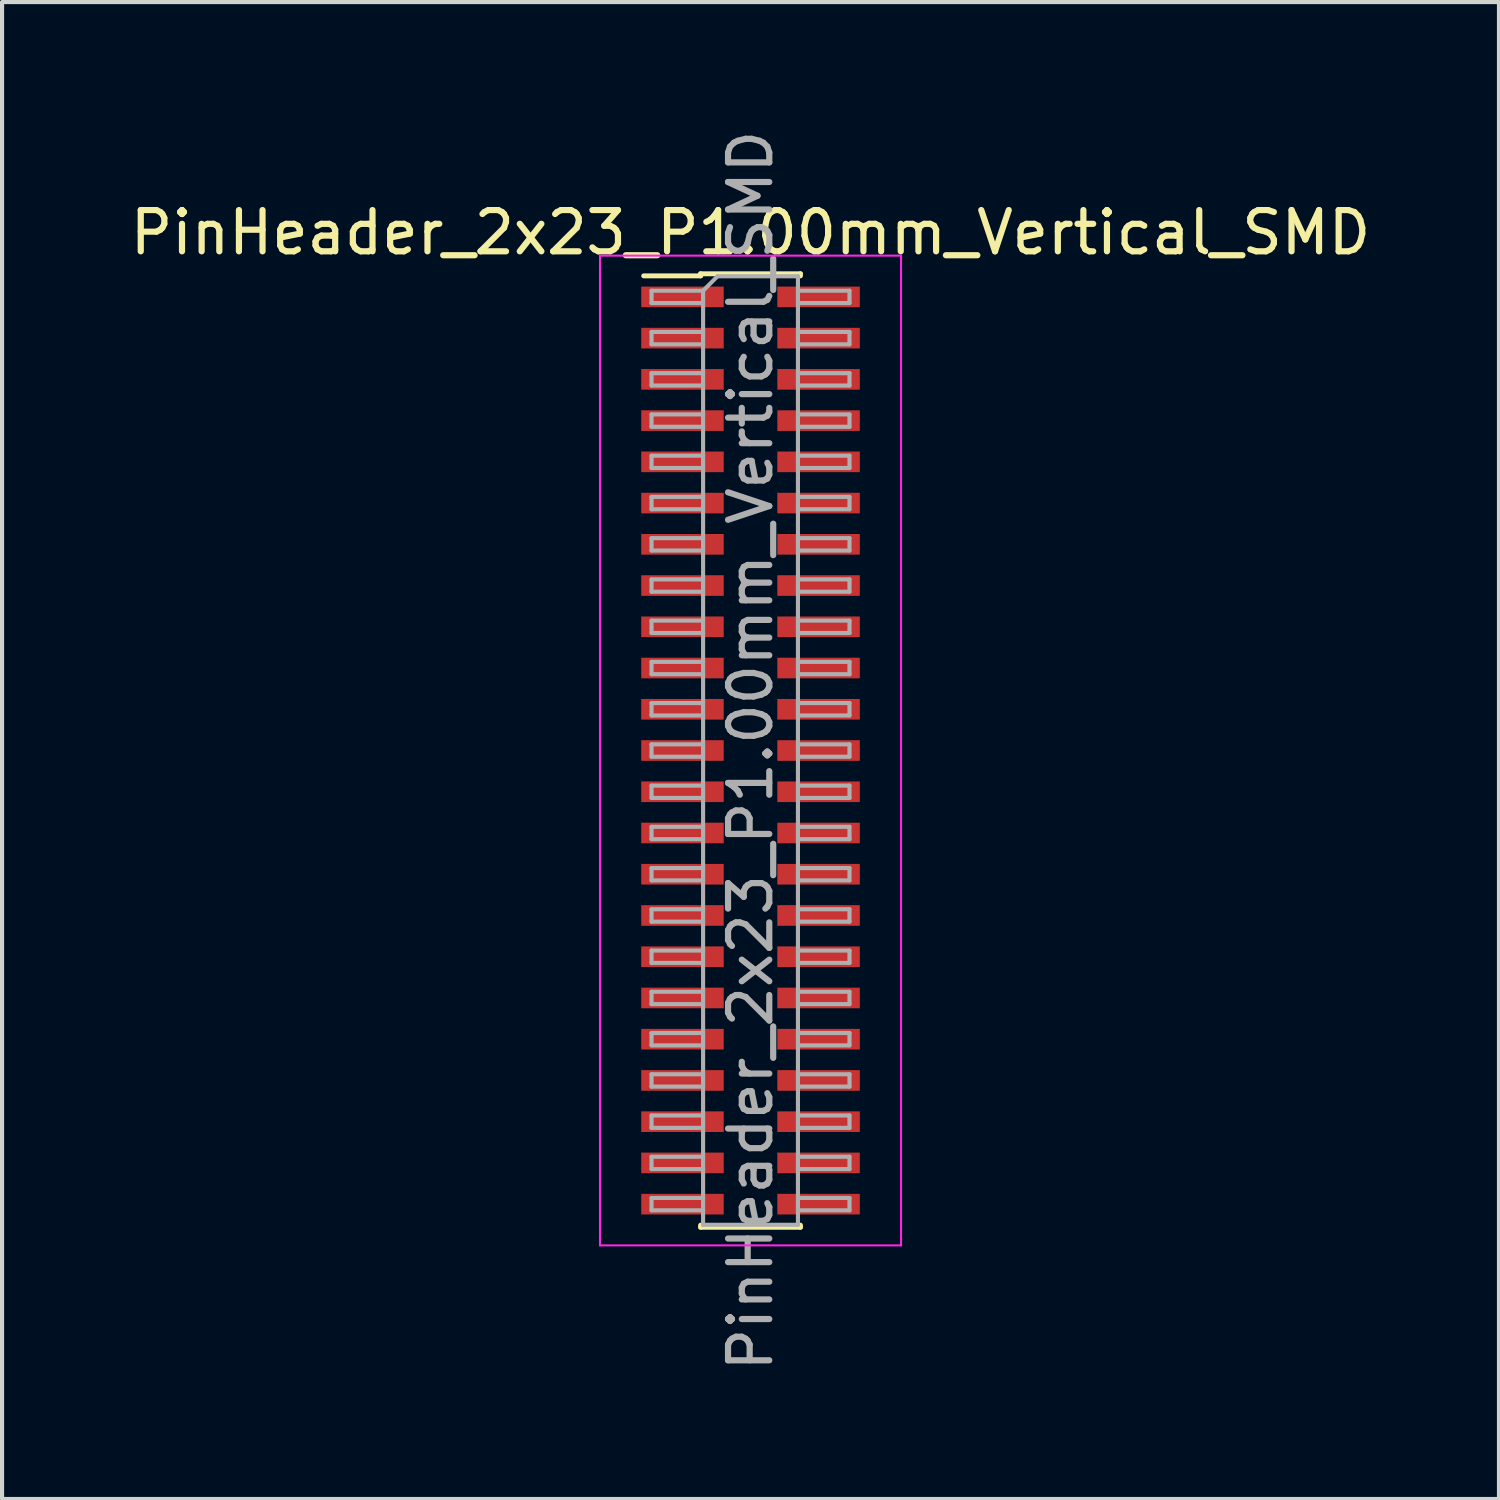
<source format=kicad_pcb>
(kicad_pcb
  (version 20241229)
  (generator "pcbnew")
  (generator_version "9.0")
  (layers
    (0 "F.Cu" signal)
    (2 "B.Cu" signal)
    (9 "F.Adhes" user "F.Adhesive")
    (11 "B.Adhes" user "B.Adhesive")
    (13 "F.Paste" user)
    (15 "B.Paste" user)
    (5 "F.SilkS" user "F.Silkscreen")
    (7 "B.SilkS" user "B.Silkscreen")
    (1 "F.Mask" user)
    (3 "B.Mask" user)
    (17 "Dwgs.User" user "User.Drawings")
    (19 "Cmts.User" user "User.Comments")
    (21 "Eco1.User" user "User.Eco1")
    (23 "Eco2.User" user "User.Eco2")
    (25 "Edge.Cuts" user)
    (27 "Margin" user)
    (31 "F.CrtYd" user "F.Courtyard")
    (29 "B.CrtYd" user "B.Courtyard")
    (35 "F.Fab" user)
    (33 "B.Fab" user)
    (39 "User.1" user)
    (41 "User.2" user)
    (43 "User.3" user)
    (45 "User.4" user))
  (footprint "PinHeader_2x23_P1.00mm_Vertical_SMD"
    (layer "F.Cu")
    (at 15.149 15.149)
    (property "Reference" "PinHeader_2x23_P1.00mm_Vertical_SMD" (at 0 -12.56 0) (layer "F.SilkS") (effects (font (size 1 1) (thickness 0.15))))
    (attr smd)
    (fp_line (start -2.59 -11.51) (end -1.21 -11.51) (stroke (width 0.12) (type solid)) (layer "F.SilkS"))
    (fp_line (start -1.21 -11.56) (end -1.21 -11.51) (stroke (width 0.12) (type solid)) (layer "F.SilkS"))
    (fp_line (start -1.21 -11.56) (end 1.21 -11.56) (stroke (width 0.12) (type solid)) (layer "F.SilkS"))
    (fp_line (start -1.21 11.51) (end -1.21 11.56) (stroke (width 0.12) (type solid)) (layer "F.SilkS"))
    (fp_line (start -1.21 11.56) (end 1.21 11.56) (stroke (width 0.12) (type solid)) (layer "F.SilkS"))
    (fp_line (start 1.21 -11.56) (end 1.21 -11.51) (stroke (width 0.12) (type solid)) (layer "F.SilkS"))
    (fp_line (start 1.21 11.51) (end 1.21 11.56) (stroke (width 0.12) (type solid)) (layer "F.SilkS"))
    (fp_line (start -3.65 -12) (end -3.65 12) (stroke (width 0.05) (type solid)) (layer "F.CrtYd"))
    (fp_line (start -3.65 12) (end 3.65 12) (stroke (width 0.05) (type solid)) (layer "F.CrtYd"))
    (fp_line (start 3.65 -12) (end -3.65 -12) (stroke (width 0.05) (type solid)) (layer "F.CrtYd"))
    (fp_line (start 3.65 12) (end 3.65 -12) (stroke (width 0.05) (type solid)) (layer "F.CrtYd"))
    (fp_line (start -2.4 -11.15) (end -2.4 -10.85) (stroke (width 0.1) (type solid)) (layer "F.Fab"))
    (fp_line (start -2.4 -10.85) (end -1.15 -10.85) (stroke (width 0.1) (type solid)) (layer "F.Fab"))
    (fp_line (start -2.4 -10.15) (end -2.4 -9.85) (stroke (width 0.1) (type solid)) (layer "F.Fab"))
    (fp_line (start -2.4 -9.85) (end -1.15 -9.85) (stroke (width 0.1) (type solid)) (layer "F.Fab"))
    (fp_line (start -2.4 -9.15) (end -2.4 -8.85) (stroke (width 0.1) (type solid)) (layer "F.Fab"))
    (fp_line (start -2.4 -8.85) (end -1.15 -8.85) (stroke (width 0.1) (type solid)) (layer "F.Fab"))
    (fp_line (start -2.4 -8.15) (end -2.4 -7.85) (stroke (width 0.1) (type solid)) (layer "F.Fab"))
    (fp_line (start -2.4 -7.85) (end -1.15 -7.85) (stroke (width 0.1) (type solid)) (layer "F.Fab"))
    (fp_line (start -2.4 -7.15) (end -2.4 -6.85) (stroke (width 0.1) (type solid)) (layer "F.Fab"))
    (fp_line (start -2.4 -6.85) (end -1.15 -6.85) (stroke (width 0.1) (type solid)) (layer "F.Fab"))
    (fp_line (start -2.4 -6.15) (end -2.4 -5.85) (stroke (width 0.1) (type solid)) (layer "F.Fab"))
    (fp_line (start -2.4 -5.85) (end -1.15 -5.85) (stroke (width 0.1) (type solid)) (layer "F.Fab"))
    (fp_line (start -2.4 -5.15) (end -2.4 -4.85) (stroke (width 0.1) (type solid)) (layer "F.Fab"))
    (fp_line (start -2.4 -4.85) (end -1.15 -4.85) (stroke (width 0.1) (type solid)) (layer "F.Fab"))
    (fp_line (start -2.4 -4.15) (end -2.4 -3.85) (stroke (width 0.1) (type solid)) (layer "F.Fab"))
    (fp_line (start -2.4 -3.85) (end -1.15 -3.85) (stroke (width 0.1) (type solid)) (layer "F.Fab"))
    (fp_line (start -2.4 -3.15) (end -2.4 -2.85) (stroke (width 0.1) (type solid)) (layer "F.Fab"))
    (fp_line (start -2.4 -2.85) (end -1.15 -2.85) (stroke (width 0.1) (type solid)) (layer "F.Fab"))
    (fp_line (start -2.4 -2.15) (end -2.4 -1.85) (stroke (width 0.1) (type solid)) (layer "F.Fab"))
    (fp_line (start -2.4 -1.85) (end -1.15 -1.85) (stroke (width 0.1) (type solid)) (layer "F.Fab"))
    (fp_line (start -2.4 -1.15) (end -2.4 -0.85) (stroke (width 0.1) (type solid)) (layer "F.Fab"))
    (fp_line (start -2.4 -0.85) (end -1.15 -0.85) (stroke (width 0.1) (type solid)) (layer "F.Fab"))
    (fp_line (start -2.4 -0.15) (end -2.4 0.15) (stroke (width 0.1) (type solid)) (layer "F.Fab"))
    (fp_line (start -2.4 0.15) (end -1.15 0.15) (stroke (width 0.1) (type solid)) (layer "F.Fab"))
    (fp_line (start -2.4 0.85) (end -2.4 1.15) (stroke (width 0.1) (type solid)) (layer "F.Fab"))
    (fp_line (start -2.4 1.15) (end -1.15 1.15) (stroke (width 0.1) (type solid)) (layer "F.Fab"))
    (fp_line (start -2.4 1.85) (end -2.4 2.15) (stroke (width 0.1) (type solid)) (layer "F.Fab"))
    (fp_line (start -2.4 2.15) (end -1.15 2.15) (stroke (width 0.1) (type solid)) (layer "F.Fab"))
    (fp_line (start -2.4 2.85) (end -2.4 3.15) (stroke (width 0.1) (type solid)) (layer "F.Fab"))
    (fp_line (start -2.4 3.15) (end -1.15 3.15) (stroke (width 0.1) (type solid)) (layer "F.Fab"))
    (fp_line (start -2.4 3.85) (end -2.4 4.15) (stroke (width 0.1) (type solid)) (layer "F.Fab"))
    (fp_line (start -2.4 4.15) (end -1.15 4.15) (stroke (width 0.1) (type solid)) (layer "F.Fab"))
    (fp_line (start -2.4 4.85) (end -2.4 5.15) (stroke (width 0.1) (type solid)) (layer "F.Fab"))
    (fp_line (start -2.4 5.15) (end -1.15 5.15) (stroke (width 0.1) (type solid)) (layer "F.Fab"))
    (fp_line (start -2.4 5.85) (end -2.4 6.15) (stroke (width 0.1) (type solid)) (layer "F.Fab"))
    (fp_line (start -2.4 6.15) (end -1.15 6.15) (stroke (width 0.1) (type solid)) (layer "F.Fab"))
    (fp_line (start -2.4 6.85) (end -2.4 7.15) (stroke (width 0.1) (type solid)) (layer "F.Fab"))
    (fp_line (start -2.4 7.15) (end -1.15 7.15) (stroke (width 0.1) (type solid)) (layer "F.Fab"))
    (fp_line (start -2.4 7.85) (end -2.4 8.15) (stroke (width 0.1) (type solid)) (layer "F.Fab"))
    (fp_line (start -2.4 8.15) (end -1.15 8.15) (stroke (width 0.1) (type solid)) (layer "F.Fab"))
    (fp_line (start -2.4 8.85) (end -2.4 9.15) (stroke (width 0.1) (type solid)) (layer "F.Fab"))
    (fp_line (start -2.4 9.15) (end -1.15 9.15) (stroke (width 0.1) (type solid)) (layer "F.Fab"))
    (fp_line (start -2.4 9.85) (end -2.4 10.15) (stroke (width 0.1) (type solid)) (layer "F.Fab"))
    (fp_line (start -2.4 10.15) (end -1.15 10.15) (stroke (width 0.1) (type solid)) (layer "F.Fab"))
    (fp_line (start -2.4 10.85) (end -2.4 11.15) (stroke (width 0.1) (type solid)) (layer "F.Fab"))
    (fp_line (start -2.4 11.15) (end -1.15 11.15) (stroke (width 0.1) (type solid)) (layer "F.Fab"))
    (fp_line (start -1.15 -11.15) (end -2.4 -11.15) (stroke (width 0.1) (type solid)) (layer "F.Fab"))
    (fp_line (start -1.15 -11.15) (end -0.8 -11.5) (stroke (width 0.1) (type solid)) (layer "F.Fab"))
    (fp_line (start -1.15 -10.15) (end -2.4 -10.15) (stroke (width 0.1) (type solid)) (layer "F.Fab"))
    (fp_line (start -1.15 -9.15) (end -2.4 -9.15) (stroke (width 0.1) (type solid)) (layer "F.Fab"))
    (fp_line (start -1.15 -8.15) (end -2.4 -8.15) (stroke (width 0.1) (type solid)) (layer "F.Fab"))
    (fp_line (start -1.15 -7.15) (end -2.4 -7.15) (stroke (width 0.1) (type solid)) (layer "F.Fab"))
    (fp_line (start -1.15 -6.15) (end -2.4 -6.15) (stroke (width 0.1) (type solid)) (layer "F.Fab"))
    (fp_line (start -1.15 -5.15) (end -2.4 -5.15) (stroke (width 0.1) (type solid)) (layer "F.Fab"))
    (fp_line (start -1.15 -4.15) (end -2.4 -4.15) (stroke (width 0.1) (type solid)) (layer "F.Fab"))
    (fp_line (start -1.15 -3.15) (end -2.4 -3.15) (stroke (width 0.1) (type solid)) (layer "F.Fab"))
    (fp_line (start -1.15 -2.15) (end -2.4 -2.15) (stroke (width 0.1) (type solid)) (layer "F.Fab"))
    (fp_line (start -1.15 -1.15) (end -2.4 -1.15) (stroke (width 0.1) (type solid)) (layer "F.Fab"))
    (fp_line (start -1.15 -0.15) (end -2.4 -0.15) (stroke (width 0.1) (type solid)) (layer "F.Fab"))
    (fp_line (start -1.15 0.85) (end -2.4 0.85) (stroke (width 0.1) (type solid)) (layer "F.Fab"))
    (fp_line (start -1.15 1.85) (end -2.4 1.85) (stroke (width 0.1) (type solid)) (layer "F.Fab"))
    (fp_line (start -1.15 2.85) (end -2.4 2.85) (stroke (width 0.1) (type solid)) (layer "F.Fab"))
    (fp_line (start -1.15 3.85) (end -2.4 3.85) (stroke (width 0.1) (type solid)) (layer "F.Fab"))
    (fp_line (start -1.15 4.85) (end -2.4 4.85) (stroke (width 0.1) (type solid)) (layer "F.Fab"))
    (fp_line (start -1.15 5.85) (end -2.4 5.85) (stroke (width 0.1) (type solid)) (layer "F.Fab"))
    (fp_line (start -1.15 6.85) (end -2.4 6.85) (stroke (width 0.1) (type solid)) (layer "F.Fab"))
    (fp_line (start -1.15 7.85) (end -2.4 7.85) (stroke (width 0.1) (type solid)) (layer "F.Fab"))
    (fp_line (start -1.15 8.85) (end -2.4 8.85) (stroke (width 0.1) (type solid)) (layer "F.Fab"))
    (fp_line (start -1.15 9.85) (end -2.4 9.85) (stroke (width 0.1) (type solid)) (layer "F.Fab"))
    (fp_line (start -1.15 10.85) (end -2.4 10.85) (stroke (width 0.1) (type solid)) (layer "F.Fab"))
    (fp_line (start -1.15 11.5) (end -1.15 -11.15) (stroke (width 0.1) (type solid)) (layer "F.Fab"))
    (fp_line (start -0.8 -11.5) (end 1.15 -11.5) (stroke (width 0.1) (type solid)) (layer "F.Fab"))
    (fp_line (start 1.15 -11.5) (end 1.15 11.5) (stroke (width 0.1) (type solid)) (layer "F.Fab"))
    (fp_line (start 1.15 -11.15) (end 2.4 -11.15) (stroke (width 0.1) (type solid)) (layer "F.Fab"))
    (fp_line (start 1.15 -10.15) (end 2.4 -10.15) (stroke (width 0.1) (type solid)) (layer "F.Fab"))
    (fp_line (start 1.15 -9.15) (end 2.4 -9.15) (stroke (width 0.1) (type solid)) (layer "F.Fab"))
    (fp_line (start 1.15 -8.15) (end 2.4 -8.15) (stroke (width 0.1) (type solid)) (layer "F.Fab"))
    (fp_line (start 1.15 -7.15) (end 2.4 -7.15) (stroke (width 0.1) (type solid)) (layer "F.Fab"))
    (fp_line (start 1.15 -6.15) (end 2.4 -6.15) (stroke (width 0.1) (type solid)) (layer "F.Fab"))
    (fp_line (start 1.15 -5.15) (end 2.4 -5.15) (stroke (width 0.1) (type solid)) (layer "F.Fab"))
    (fp_line (start 1.15 -4.15) (end 2.4 -4.15) (stroke (width 0.1) (type solid)) (layer "F.Fab"))
    (fp_line (start 1.15 -3.15) (end 2.4 -3.15) (stroke (width 0.1) (type solid)) (layer "F.Fab"))
    (fp_line (start 1.15 -2.15) (end 2.4 -2.15) (stroke (width 0.1) (type solid)) (layer "F.Fab"))
    (fp_line (start 1.15 -1.15) (end 2.4 -1.15) (stroke (width 0.1) (type solid)) (layer "F.Fab"))
    (fp_line (start 1.15 -0.15) (end 2.4 -0.15) (stroke (width 0.1) (type solid)) (layer "F.Fab"))
    (fp_line (start 1.15 0.85) (end 2.4 0.85) (stroke (width 0.1) (type solid)) (layer "F.Fab"))
    (fp_line (start 1.15 1.85) (end 2.4 1.85) (stroke (width 0.1) (type solid)) (layer "F.Fab"))
    (fp_line (start 1.15 2.85) (end 2.4 2.85) (stroke (width 0.1) (type solid)) (layer "F.Fab"))
    (fp_line (start 1.15 3.85) (end 2.4 3.85) (stroke (width 0.1) (type solid)) (layer "F.Fab"))
    (fp_line (start 1.15 4.85) (end 2.4 4.85) (stroke (width 0.1) (type solid)) (layer "F.Fab"))
    (fp_line (start 1.15 5.85) (end 2.4 5.85) (stroke (width 0.1) (type solid)) (layer "F.Fab"))
    (fp_line (start 1.15 6.85) (end 2.4 6.85) (stroke (width 0.1) (type solid)) (layer "F.Fab"))
    (fp_line (start 1.15 7.85) (end 2.4 7.85) (stroke (width 0.1) (type solid)) (layer "F.Fab"))
    (fp_line (start 1.15 8.85) (end 2.4 8.85) (stroke (width 0.1) (type solid)) (layer "F.Fab"))
    (fp_line (start 1.15 9.85) (end 2.4 9.85) (stroke (width 0.1) (type solid)) (layer "F.Fab"))
    (fp_line (start 1.15 10.85) (end 2.4 10.85) (stroke (width 0.1) (type solid)) (layer "F.Fab"))
    (fp_line (start 1.15 11.5) (end -1.15 11.5) (stroke (width 0.1) (type solid)) (layer "F.Fab"))
    (fp_line (start 2.4 -11.15) (end 2.4 -10.85) (stroke (width 0.1) (type solid)) (layer "F.Fab"))
    (fp_line (start 2.4 -10.85) (end 1.15 -10.85) (stroke (width 0.1) (type solid)) (layer "F.Fab"))
    (fp_line (start 2.4 -10.15) (end 2.4 -9.85) (stroke (width 0.1) (type solid)) (layer "F.Fab"))
    (fp_line (start 2.4 -9.85) (end 1.15 -9.85) (stroke (width 0.1) (type solid)) (layer "F.Fab"))
    (fp_line (start 2.4 -9.15) (end 2.4 -8.85) (stroke (width 0.1) (type solid)) (layer "F.Fab"))
    (fp_line (start 2.4 -8.85) (end 1.15 -8.85) (stroke (width 0.1) (type solid)) (layer "F.Fab"))
    (fp_line (start 2.4 -8.15) (end 2.4 -7.85) (stroke (width 0.1) (type solid)) (layer "F.Fab"))
    (fp_line (start 2.4 -7.85) (end 1.15 -7.85) (stroke (width 0.1) (type solid)) (layer "F.Fab"))
    (fp_line (start 2.4 -7.15) (end 2.4 -6.85) (stroke (width 0.1) (type solid)) (layer "F.Fab"))
    (fp_line (start 2.4 -6.85) (end 1.15 -6.85) (stroke (width 0.1) (type solid)) (layer "F.Fab"))
    (fp_line (start 2.4 -6.15) (end 2.4 -5.85) (stroke (width 0.1) (type solid)) (layer "F.Fab"))
    (fp_line (start 2.4 -5.85) (end 1.15 -5.85) (stroke (width 0.1) (type solid)) (layer "F.Fab"))
    (fp_line (start 2.4 -5.15) (end 2.4 -4.85) (stroke (width 0.1) (type solid)) (layer "F.Fab"))
    (fp_line (start 2.4 -4.85) (end 1.15 -4.85) (stroke (width 0.1) (type solid)) (layer "F.Fab"))
    (fp_line (start 2.4 -4.15) (end 2.4 -3.85) (stroke (width 0.1) (type solid)) (layer "F.Fab"))
    (fp_line (start 2.4 -3.85) (end 1.15 -3.85) (stroke (width 0.1) (type solid)) (layer "F.Fab"))
    (fp_line (start 2.4 -3.15) (end 2.4 -2.85) (stroke (width 0.1) (type solid)) (layer "F.Fab"))
    (fp_line (start 2.4 -2.85) (end 1.15 -2.85) (stroke (width 0.1) (type solid)) (layer "F.Fab"))
    (fp_line (start 2.4 -2.15) (end 2.4 -1.85) (stroke (width 0.1) (type solid)) (layer "F.Fab"))
    (fp_line (start 2.4 -1.85) (end 1.15 -1.85) (stroke (width 0.1) (type solid)) (layer "F.Fab"))
    (fp_line (start 2.4 -1.15) (end 2.4 -0.85) (stroke (width 0.1) (type solid)) (layer "F.Fab"))
    (fp_line (start 2.4 -0.85) (end 1.15 -0.85) (stroke (width 0.1) (type solid)) (layer "F.Fab"))
    (fp_line (start 2.4 -0.15) (end 2.4 0.15) (stroke (width 0.1) (type solid)) (layer "F.Fab"))
    (fp_line (start 2.4 0.15) (end 1.15 0.15) (stroke (width 0.1) (type solid)) (layer "F.Fab"))
    (fp_line (start 2.4 0.85) (end 2.4 1.15) (stroke (width 0.1) (type solid)) (layer "F.Fab"))
    (fp_line (start 2.4 1.15) (end 1.15 1.15) (stroke (width 0.1) (type solid)) (layer "F.Fab"))
    (fp_line (start 2.4 1.85) (end 2.4 2.15) (stroke (width 0.1) (type solid)) (layer "F.Fab"))
    (fp_line (start 2.4 2.15) (end 1.15 2.15) (stroke (width 0.1) (type solid)) (layer "F.Fab"))
    (fp_line (start 2.4 2.85) (end 2.4 3.15) (stroke (width 0.1) (type solid)) (layer "F.Fab"))
    (fp_line (start 2.4 3.15) (end 1.15 3.15) (stroke (width 0.1) (type solid)) (layer "F.Fab"))
    (fp_line (start 2.4 3.85) (end 2.4 4.15) (stroke (width 0.1) (type solid)) (layer "F.Fab"))
    (fp_line (start 2.4 4.15) (end 1.15 4.15) (stroke (width 0.1) (type solid)) (layer "F.Fab"))
    (fp_line (start 2.4 4.85) (end 2.4 5.15) (stroke (width 0.1) (type solid)) (layer "F.Fab"))
    (fp_line (start 2.4 5.15) (end 1.15 5.15) (stroke (width 0.1) (type solid)) (layer "F.Fab"))
    (fp_line (start 2.4 5.85) (end 2.4 6.15) (stroke (width 0.1) (type solid)) (layer "F.Fab"))
    (fp_line (start 2.4 6.15) (end 1.15 6.15) (stroke (width 0.1) (type solid)) (layer "F.Fab"))
    (fp_line (start 2.4 6.85) (end 2.4 7.15) (stroke (width 0.1) (type solid)) (layer "F.Fab"))
    (fp_line (start 2.4 7.15) (end 1.15 7.15) (stroke (width 0.1) (type solid)) (layer "F.Fab"))
    (fp_line (start 2.4 7.85) (end 2.4 8.15) (stroke (width 0.1) (type solid)) (layer "F.Fab"))
    (fp_line (start 2.4 8.15) (end 1.15 8.15) (stroke (width 0.1) (type solid)) (layer "F.Fab"))
    (fp_line (start 2.4 8.85) (end 2.4 9.15) (stroke (width 0.1) (type solid)) (layer "F.Fab"))
    (fp_line (start 2.4 9.15) (end 1.15 9.15) (stroke (width 0.1) (type solid)) (layer "F.Fab"))
    (fp_line (start 2.4 9.85) (end 2.4 10.15) (stroke (width 0.1) (type solid)) (layer "F.Fab"))
    (fp_line (start 2.4 10.15) (end 1.15 10.15) (stroke (width 0.1) (type solid)) (layer "F.Fab"))
    (fp_line (start 2.4 10.85) (end 2.4 11.15) (stroke (width 0.1) (type solid)) (layer "F.Fab"))
    (fp_line (start 2.4 11.15) (end 1.15 11.15) (stroke (width 0.1) (type solid)) (layer "F.Fab"))
    (fp_text user "${REFERENCE}" (at 0 0 90) (layer "F.Fab") (effects (font (size 1 1) (thickness 0.15))))
    (pad "1" smd rect (at -1.65 -11) (size 2 0.5) (layers "F.Cu" "F.Mask" "F.Paste"))
    (pad "2" smd rect (at 1.65 -11) (size 2 0.5) (layers "F.Cu" "F.Mask" "F.Paste"))
    (pad "3" smd rect (at -1.65 -10) (size 2 0.5) (layers "F.Cu" "F.Mask" "F.Paste"))
    (pad "4" smd rect (at 1.65 -10) (size 2 0.5) (layers "F.Cu" "F.Mask" "F.Paste"))
    (pad "5" smd rect (at -1.65 -9) (size 2 0.5) (layers "F.Cu" "F.Mask" "F.Paste"))
    (pad "6" smd rect (at 1.65 -9) (size 2 0.5) (layers "F.Cu" "F.Mask" "F.Paste"))
    (pad "7" smd rect (at -1.65 -8) (size 2 0.5) (layers "F.Cu" "F.Mask" "F.Paste"))
    (pad "8" smd rect (at 1.65 -8) (size 2 0.5) (layers "F.Cu" "F.Mask" "F.Paste"))
    (pad "9" smd rect (at -1.65 -7) (size 2 0.5) (layers "F.Cu" "F.Mask" "F.Paste"))
    (pad "10" smd rect (at 1.65 -7) (size 2 0.5) (layers "F.Cu" "F.Mask" "F.Paste"))
    (pad "11" smd rect (at -1.65 -6) (size 2 0.5) (layers "F.Cu" "F.Mask" "F.Paste"))
    (pad "12" smd rect (at 1.65 -6) (size 2 0.5) (layers "F.Cu" "F.Mask" "F.Paste"))
    (pad "13" smd rect (at -1.65 -5) (size 2 0.5) (layers "F.Cu" "F.Mask" "F.Paste"))
    (pad "14" smd rect (at 1.65 -5) (size 2 0.5) (layers "F.Cu" "F.Mask" "F.Paste"))
    (pad "15" smd rect (at -1.65 -4) (size 2 0.5) (layers "F.Cu" "F.Mask" "F.Paste"))
    (pad "16" smd rect (at 1.65 -4) (size 2 0.5) (layers "F.Cu" "F.Mask" "F.Paste"))
    (pad "17" smd rect (at -1.65 -3) (size 2 0.5) (layers "F.Cu" "F.Mask" "F.Paste"))
    (pad "18" smd rect (at 1.65 -3) (size 2 0.5) (layers "F.Cu" "F.Mask" "F.Paste"))
    (pad "19" smd rect (at -1.65 -2) (size 2 0.5) (layers "F.Cu" "F.Mask" "F.Paste"))
    (pad "20" smd rect (at 1.65 -2) (size 2 0.5) (layers "F.Cu" "F.Mask" "F.Paste"))
    (pad "21" smd rect (at -1.65 -1) (size 2 0.5) (layers "F.Cu" "F.Mask" "F.Paste"))
    (pad "22" smd rect (at 1.65 -1) (size 2 0.5) (layers "F.Cu" "F.Mask" "F.Paste"))
    (pad "23" smd rect (at -1.65 0) (size 2 0.5) (layers "F.Cu" "F.Mask" "F.Paste"))
    (pad "24" smd rect (at 1.65 0) (size 2 0.5) (layers "F.Cu" "F.Mask" "F.Paste"))
    (pad "25" smd rect (at -1.65 1) (size 2 0.5) (layers "F.Cu" "F.Mask" "F.Paste"))
    (pad "26" smd rect (at 1.65 1) (size 2 0.5) (layers "F.Cu" "F.Mask" "F.Paste"))
    (pad "27" smd rect (at -1.65 2) (size 2 0.5) (layers "F.Cu" "F.Mask" "F.Paste"))
    (pad "28" smd rect (at 1.65 2) (size 2 0.5) (layers "F.Cu" "F.Mask" "F.Paste"))
    (pad "29" smd rect (at -1.65 3) (size 2 0.5) (layers "F.Cu" "F.Mask" "F.Paste"))
    (pad "30" smd rect (at 1.65 3) (size 2 0.5) (layers "F.Cu" "F.Mask" "F.Paste"))
    (pad "31" smd rect (at -1.65 4) (size 2 0.5) (layers "F.Cu" "F.Mask" "F.Paste"))
    (pad "32" smd rect (at 1.65 4) (size 2 0.5) (layers "F.Cu" "F.Mask" "F.Paste"))
    (pad "33" smd rect (at -1.65 5) (size 2 0.5) (layers "F.Cu" "F.Mask" "F.Paste"))
    (pad "34" smd rect (at 1.65 5) (size 2 0.5) (layers "F.Cu" "F.Mask" "F.Paste"))
    (pad "35" smd rect (at -1.65 6) (size 2 0.5) (layers "F.Cu" "F.Mask" "F.Paste"))
    (pad "36" smd rect (at 1.65 6) (size 2 0.5) (layers "F.Cu" "F.Mask" "F.Paste"))
    (pad "37" smd rect (at -1.65 7) (size 2 0.5) (layers "F.Cu" "F.Mask" "F.Paste"))
    (pad "38" smd rect (at 1.65 7) (size 2 0.5) (layers "F.Cu" "F.Mask" "F.Paste"))
    (pad "39" smd rect (at -1.65 8) (size 2 0.5) (layers "F.Cu" "F.Mask" "F.Paste"))
    (pad "40" smd rect (at 1.65 8) (size 2 0.5) (layers "F.Cu" "F.Mask" "F.Paste"))
    (pad "41" smd rect (at -1.65 9) (size 2 0.5) (layers "F.Cu" "F.Mask" "F.Paste"))
    (pad "42" smd rect (at 1.65 9) (size 2 0.5) (layers "F.Cu" "F.Mask" "F.Paste"))
    (pad "43" smd rect (at -1.65 10) (size 2 0.5) (layers "F.Cu" "F.Mask" "F.Paste"))
    (pad "44" smd rect (at 1.65 10) (size 2 0.5) (layers "F.Cu" "F.Mask" "F.Paste"))
    (pad "45" smd rect (at -1.65 11) (size 2 0.5) (layers "F.Cu" "F.Mask" "F.Paste"))
    (pad "46" smd rect (at 1.65 11) (size 2 0.5) (layers "F.Cu" "F.Mask" "F.Paste")))
  (gr_rect
    (start -3 -3)
    (end 33.298 33.298)
    (stroke (width 0.1) (type default))
    (fill no)
    (layer "Edge.Cuts")))
</source>
